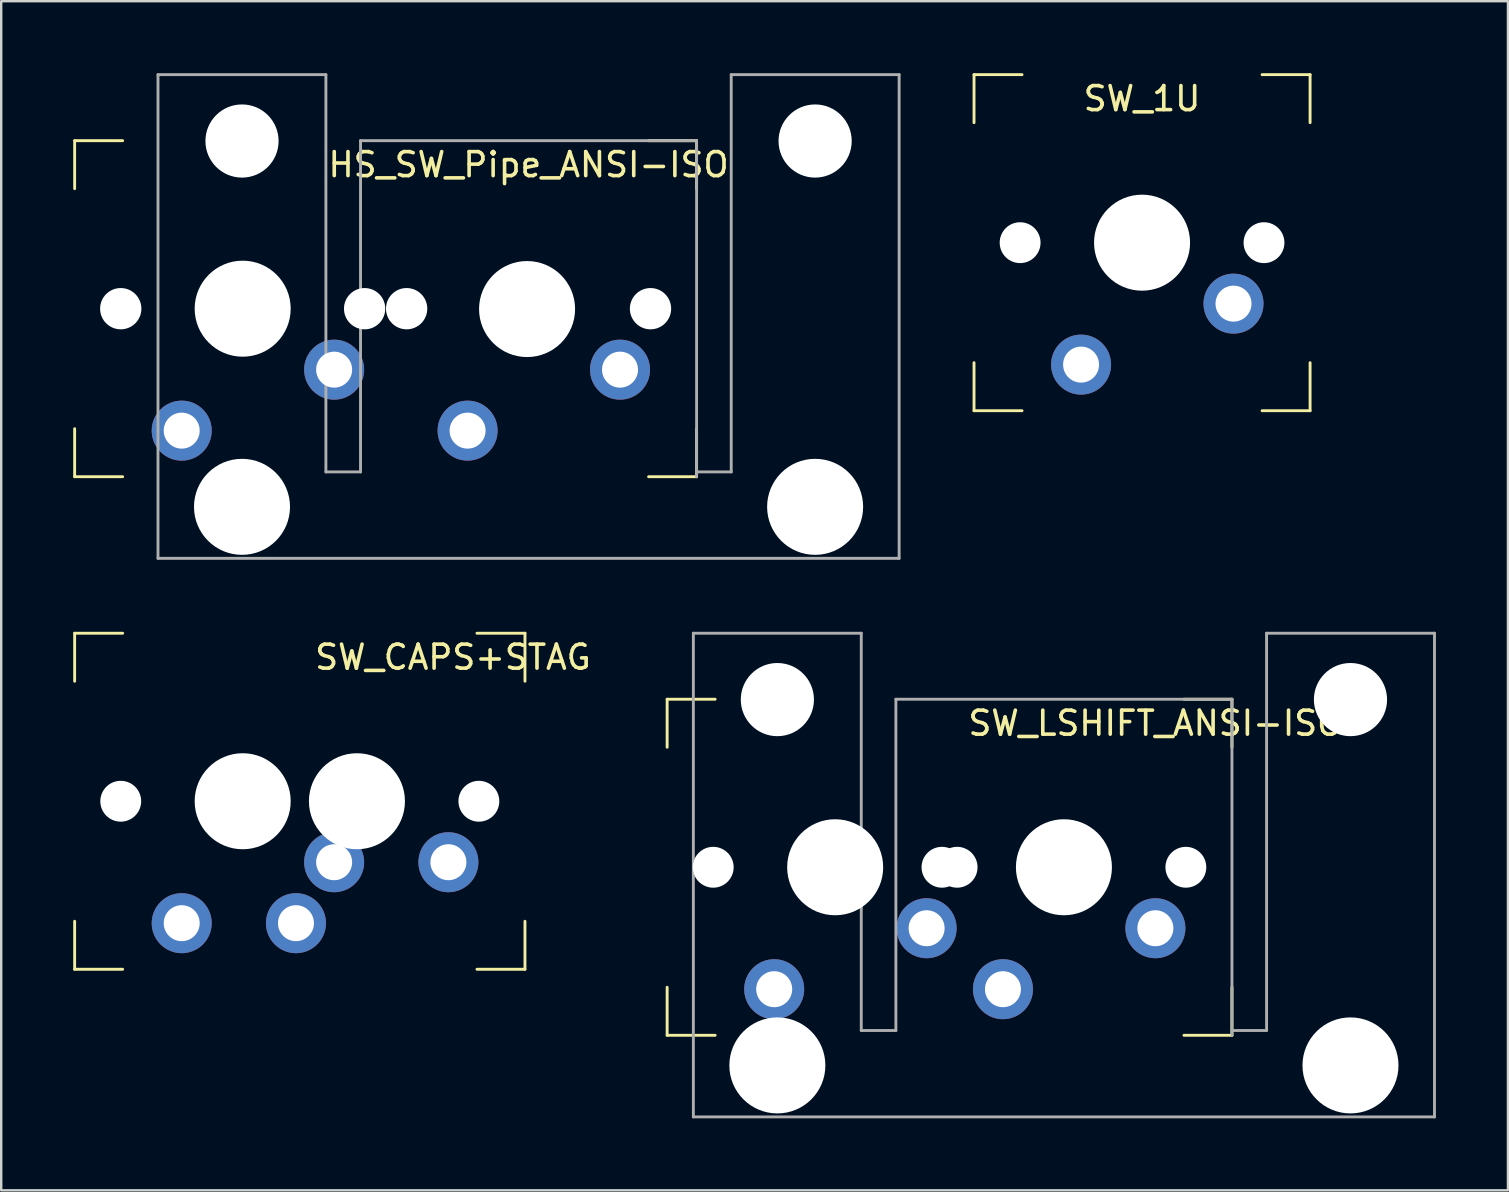
<source format=kicad_pcb>
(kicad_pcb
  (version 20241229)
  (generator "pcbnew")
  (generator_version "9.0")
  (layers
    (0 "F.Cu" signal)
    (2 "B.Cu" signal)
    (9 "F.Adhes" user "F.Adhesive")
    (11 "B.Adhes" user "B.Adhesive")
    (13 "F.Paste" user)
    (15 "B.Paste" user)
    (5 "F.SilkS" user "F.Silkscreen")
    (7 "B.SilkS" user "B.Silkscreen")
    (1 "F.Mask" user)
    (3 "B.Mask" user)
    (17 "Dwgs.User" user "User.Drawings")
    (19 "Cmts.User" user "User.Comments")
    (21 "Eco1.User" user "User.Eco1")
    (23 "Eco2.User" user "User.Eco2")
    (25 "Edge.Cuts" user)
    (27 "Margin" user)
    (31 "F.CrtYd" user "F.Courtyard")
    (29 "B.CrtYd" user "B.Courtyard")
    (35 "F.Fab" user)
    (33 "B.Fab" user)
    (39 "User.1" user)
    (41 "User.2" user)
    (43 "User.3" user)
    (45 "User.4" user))
  (footprint "SW_1U"
    (layer "F.Cu")
    (at 44.528 7.06)
    (property "Reference" "SW_1U" (at 0 -6 0) (layer "F.SilkS") (effects (font (size 1 1) (thickness 0.15))))
    (attr through_hole)
    (fp_line (start -7 -7) (end -7 -5) (stroke (width 0.12) (type solid)) (layer "F.SilkS"))
    (fp_line (start -7 7) (end -7 5) (stroke (width 0.12) (type solid)) (layer "F.SilkS"))
    (fp_line (start -5 -7) (end -7 -7) (stroke (width 0.12) (type solid)) (layer "F.SilkS"))
    (fp_line (start -5 7) (end -7 7) (stroke (width 0.12) (type solid)) (layer "F.SilkS"))
    (fp_line (start 7 -7) (end 5 -7) (stroke (width 0.12) (type solid)) (layer "F.SilkS"))
    (fp_line (start 7 -7) (end 7 -5) (stroke (width 0.12) (type solid)) (layer "F.SilkS"))
    (fp_line (start 7 5) (end 7 7) (stroke (width 0.12) (type solid)) (layer "F.SilkS"))
    (fp_line (start 7 7) (end 5 7) (stroke (width 0.12) (type solid)) (layer "F.SilkS"))
    (pad "" np_thru_hole circle (at -5.08 0) (size 1.702 1.702) (drill 1.702) (layers "*.Cu" "*.Mask"))
    (pad "" np_thru_hole circle (at 0 0) (size 4 4) (drill 4) (layers "*.Cu" "*.Mask"))
    (pad "" np_thru_hole circle (at 5.08 0) (size 1.702 1.702) (drill 1.702) (layers "*.Cu" "*.Mask"))
    (pad "1" thru_hole circle (at 3.81 2.54) (size 2.5 2.5) (drill 1.499) (layers "*.Cu" "*.Mask"))
    (pad "2" thru_hole circle (at -2.54 5.08) (size 2.5 2.5) (drill 1.499) (layers "*.Cu" "*.Mask")))
  (footprint "SW_LSHIFT_ANSI-ISO"
    (layer "F.Cu")
    (at 41.273 33.08)
    (property "Reference" "SW_LSHIFT_ANSI-ISO" (at 3.81 -6 0) (layer "F.SilkS") (effects (font (size 1 1) (thickness 0.15))))
    (attr through_hole)
    (fp_line (start -16.53 -7) (end -14.53 -7) (stroke (width 0.12) (type solid)) (layer "F.SilkS"))
    (fp_line (start -16.53 -5) (end -16.53 -7) (stroke (width 0.12) (type solid)) (layer "F.SilkS"))
    (fp_line (start -16.53 7) (end -16.53 5) (stroke (width 0.12) (type solid)) (layer "F.SilkS"))
    (fp_line (start -14.53 7) (end -16.53 7) (stroke (width 0.12) (type solid)) (layer "F.SilkS"))
    (fp_line (start 5 -7) (end 7 -7) (stroke (width 0.12) (type solid)) (layer "F.SilkS"))
    (fp_line (start 7 -7) (end 7 -5) (stroke (width 0.12) (type solid)) (layer "F.SilkS"))
    (fp_line (start 7 5) (end 7 7) (stroke (width 0.12) (type solid)) (layer "F.SilkS"))
    (fp_line (start 7 7) (end 5 7) (stroke (width 0.12) (type solid)) (layer "F.SilkS"))
    (fp_line (start -15.438 -9.75) (end -15.438 10.4) (stroke (width 0.12) (type solid)) (layer "F.Fab"))
    (fp_line (start -15.438 10.4) (end 15.438 10.4) (stroke (width 0.12) (type solid)) (layer "F.Fab"))
    (fp_line (start -8.443 -9.75) (end -15.438 -9.75) (stroke (width 0.12) (type solid)) (layer "F.Fab"))
    (fp_line (start -8.443 -9.75) (end -8.443 6.8) (stroke (width 0.12) (type solid)) (layer "F.Fab"))
    (fp_line (start -7 -7) (end -7 6.8) (stroke (width 0.12) (type solid)) (layer "F.Fab"))
    (fp_line (start -7 6.8) (end -8.443 6.8) (stroke (width 0.12) (type solid)) (layer "F.Fab"))
    (fp_line (start 7 -7) (end -7 -7) (stroke (width 0.12) (type solid)) (layer "F.Fab"))
    (fp_line (start 7 -7) (end 7 7) (stroke (width 0.12) (type solid)) (layer "F.Fab"))
    (fp_line (start 8.443 -9.75) (end 8.443 6.8) (stroke (width 0.12) (type solid)) (layer "F.Fab"))
    (fp_line (start 8.443 6.8) (end 7 6.8) (stroke (width 0.12) (type solid)) (layer "F.Fab"))
    (fp_line (start 15.438 -9.75) (end 8.443 -9.75) (stroke (width 0.12) (type solid)) (layer "F.Fab"))
    (fp_line (start 15.438 10.4) (end 15.438 -9.75) (stroke (width 0.12) (type solid)) (layer "F.Fab"))
    (pad "" np_thru_hole circle (at -14.61 0) (size 1.702 1.702) (drill 1.702) (layers "*.Cu" "*.Mask"))
    (pad "" np_thru_hole circle (at -11.938 -6.985) (size 3.048 3.048) (drill 3.048) (layers "*.Cu" "*.Mask"))
    (pad "" np_thru_hole circle (at -11.938 8.255) (size 4 4) (drill 4) (layers "*.Cu" "*.Mask"))
    (pad "" np_thru_hole circle (at -9.53 0) (size 4 4) (drill 4) (layers "*.Cu" "*.Mask"))
    (pad "" np_thru_hole circle (at -5.08 0) (size 1.702 1.702) (drill 1.702) (layers "*.Cu" "*.Mask"))
    (pad "" np_thru_hole circle (at -4.45 0) (size 1.702 1.702) (drill 1.702) (layers "*.Cu" "*.Mask"))
    (pad "" np_thru_hole circle (at 0 0) (size 4 4) (drill 4) (layers "*.Cu" "*.Mask"))
    (pad "" np_thru_hole circle (at 5.08 0) (size 1.702 1.702) (drill 1.702) (layers "*.Cu" "*.Mask"))
    (pad "" np_thru_hole circle (at 11.938 -6.985) (size 3.048 3.048) (drill 3.048) (layers "*.Cu" "*.Mask"))
    (pad "" np_thru_hole circle (at 11.938 8.255) (size 4 4) (drill 4) (layers "*.Cu" "*.Mask"))
    (pad "1" thru_hole circle (at -5.72 2.54) (size 2.5 2.5) (drill 1.499) (layers "*.Cu" "*.Mask"))
    (pad "1" thru_hole circle (at 3.81 2.54) (size 2.5 2.5) (drill 1.499) (layers "*.Cu" "*.Mask"))
    (pad "2" thru_hole circle (at -12.07 5.08) (size 2.5 2.5) (drill 1.499) (layers "*.Cu" "*.Mask"))
    (pad "2" thru_hole circle (at -2.54 5.08) (size 2.5 2.5) (drill 1.499) (layers "*.Cu" "*.Mask")))
  (footprint "HS_SW_Pipe_ANSI-ISO"
    (layer "F.Cu")
    (at 18.97 9.81)
    (property "Reference" "HS_SW_Pipe_ANSI-ISO" (at 0 -6 0) (layer "F.SilkS") (effects (font (size 1 1) (thickness 0.15))))
    (attr through_hole)
    (fp_line (start -18.91 -7) (end -16.91 -7) (stroke (width 0.12) (type solid)) (layer "F.SilkS"))
    (fp_line (start -18.91 -5) (end -18.91 -7) (stroke (width 0.12) (type solid)) (layer "F.SilkS"))
    (fp_line (start -18.91 7) (end -18.91 5) (stroke (width 0.12) (type solid)) (layer "F.SilkS"))
    (fp_line (start -16.91 7) (end -18.91 7) (stroke (width 0.12) (type solid)) (layer "F.SilkS"))
    (fp_line (start 5 -7) (end 7 -7) (stroke (width 0.12) (type solid)) (layer "F.SilkS"))
    (fp_line (start 7 -7) (end 7 -5) (stroke (width 0.12) (type solid)) (layer "F.SilkS"))
    (fp_line (start 7 5) (end 7 7) (stroke (width 0.12) (type solid)) (layer "F.SilkS"))
    (fp_line (start 7 7) (end 5 7) (stroke (width 0.12) (type solid)) (layer "F.SilkS"))
    (fp_line (start -15.438 -9.75) (end -15.438 10.4) (stroke (width 0.12) (type solid)) (layer "F.Fab"))
    (fp_line (start -15.438 10.4) (end 15.438 10.4) (stroke (width 0.12) (type solid)) (layer "F.Fab"))
    (fp_line (start -8.443 -9.75) (end -15.438 -9.75) (stroke (width 0.12) (type solid)) (layer "F.Fab"))
    (fp_line (start -8.443 -9.75) (end -8.443 6.8) (stroke (width 0.12) (type solid)) (layer "F.Fab"))
    (fp_line (start -7 -7) (end -7 6.8) (stroke (width 0.12) (type solid)) (layer "F.Fab"))
    (fp_line (start -7 6.8) (end -8.443 6.8) (stroke (width 0.12) (type solid)) (layer "F.Fab"))
    (fp_line (start 7 -7) (end -7 -7) (stroke (width 0.12) (type solid)) (layer "F.Fab"))
    (fp_line (start 7 -7) (end 7 7) (stroke (width 0.12) (type solid)) (layer "F.Fab"))
    (fp_line (start 8.443 -9.75) (end 8.443 6.8) (stroke (width 0.12) (type solid)) (layer "F.Fab"))
    (fp_line (start 8.443 6.8) (end 7 6.8) (stroke (width 0.12) (type solid)) (layer "F.Fab"))
    (fp_line (start 15.438 -9.75) (end 8.443 -9.75) (stroke (width 0.12) (type solid)) (layer "F.Fab"))
    (fp_line (start 15.438 10.4) (end 15.438 -9.75) (stroke (width 0.12) (type solid)) (layer "F.Fab"))
    (pad "" np_thru_hole circle (at -16.99 0) (size 1.72 1.72) (drill 1.72) (layers "*.Cu" "*.Mask"))
    (pad "" np_thru_hole circle (at -11.938 -6.985) (size 3.048 3.048) (drill 3.048) (layers "*.Cu" "*.Mask"))
    (pad "" np_thru_hole circle (at -11.938 8.255) (size 4 4) (drill 4) (layers "*.Cu" "*.Mask"))
    (pad "" np_thru_hole circle (at -11.91 0) (size 4 4) (drill 4) (layers "*.Cu" "*.Mask"))
    (pad "" np_thru_hole circle (at -6.83 0) (size 1.72 1.72) (drill 1.72) (layers "*.Cu" "*.Mask"))
    (pad "" np_thru_hole circle (at -5.08 0) (size 1.72 1.72) (drill 1.72) (layers "*.Cu" "*.Mask"))
    (pad "" np_thru_hole circle (at -0.062 0.015) (size 4 4) (drill 4) (layers "*.Cu" "*.Mask"))
    (pad "" np_thru_hole circle (at 5.08 0) (size 1.72 1.72) (drill 1.72) (layers "*.Cu" "*.Mask"))
    (pad "" np_thru_hole circle (at 11.938 -6.985) (size 3.048 3.048) (drill 3.048) (layers "*.Cu" "*.Mask"))
    (pad "" np_thru_hole circle (at 11.938 8.255) (size 4 4) (drill 4) (layers "*.Cu" "*.Mask"))
    (pad "1" thru_hole circle (at -8.1 2.54) (size 2.5 2.5) (drill 1.499) (layers "*.Cu" "*.Mask"))
    (pad "1" thru_hole circle (at 3.81 2.54) (size 2.5 2.5) (drill 1.499) (layers "*.Cu" "*.Mask"))
    (pad "2" thru_hole circle (at -14.45 5.08) (size 2.5 2.5) (drill 1.499) (layers "*.Cu" "*.Mask"))
    (pad "2" thru_hole circle (at -2.54 5.08) (size 2.5 2.5) (drill 1.499) (layers "*.Cu" "*.Mask")))
  (footprint "SW_CAPS+STAG"
    (layer "F.Cu")
    (at 11.82 30.33)
    (property "Reference" "SW_CAPS+STAG" (at 4 -6 0) (layer "F.SilkS") (effects (font (size 1 1) (thickness 0.15))))
    (attr through_hole)
    (fp_line (start -11.76 -7) (end -11.76 -5) (stroke (width 0.12) (type solid)) (layer "F.SilkS"))
    (fp_line (start -11.76 7) (end -11.76 5) (stroke (width 0.12) (type solid)) (layer "F.SilkS"))
    (fp_line (start -9.76 -7) (end -11.76 -7) (stroke (width 0.12) (type solid)) (layer "F.SilkS"))
    (fp_line (start -9.76 7) (end -11.76 7) (stroke (width 0.12) (type solid)) (layer "F.SilkS"))
    (fp_line (start 7 -7) (end 5 -7) (stroke (width 0.12) (type solid)) (layer "F.SilkS"))
    (fp_line (start 7 -7) (end 7 -5) (stroke (width 0.12) (type solid)) (layer "F.SilkS"))
    (fp_line (start 7 5) (end 7 7) (stroke (width 0.12) (type solid)) (layer "F.SilkS"))
    (fp_line (start 7 7) (end 5 7) (stroke (width 0.12) (type solid)) (layer "F.SilkS"))
    (pad "" np_thru_hole circle (at -9.84 0) (size 1.702 1.702) (drill 1.702) (layers "*.Cu" "*.Mask"))
    (pad "" np_thru_hole circle (at -4.76 0) (size 4 4) (drill 4) (layers "*.Cu" "*.Mask"))
    (pad "" np_thru_hole circle (at 0 0) (size 4 4) (drill 4) (layers "*.Cu" "*.Mask"))
    (pad "" np_thru_hole circle (at 5.08 0) (size 1.702 1.702) (drill 1.702) (layers "*.Cu" "*.Mask"))
    (pad "1" thru_hole circle (at -0.95 2.54) (size 2.5 2.5) (drill 1.499) (layers "*.Cu" "*.Mask"))
    (pad "1" thru_hole circle (at 3.81 2.54) (size 2.5 2.5) (drill 1.499) (layers "*.Cu" "*.Mask"))
    (pad "2" thru_hole circle (at -7.3 5.08) (size 2.5 2.5) (drill 1.499) (layers "*.Cu" "*.Mask"))
    (pad "2" thru_hole circle (at -2.54 5.08) (size 2.5 2.5) (drill 1.499) (layers "*.Cu" "*.Mask")))
  (gr_rect
    (start -3 -3)
    (end 59.771 46.54)
    (stroke (width 0.1) (type default))
    (fill no)
    (layer "Edge.Cuts")))
</source>
